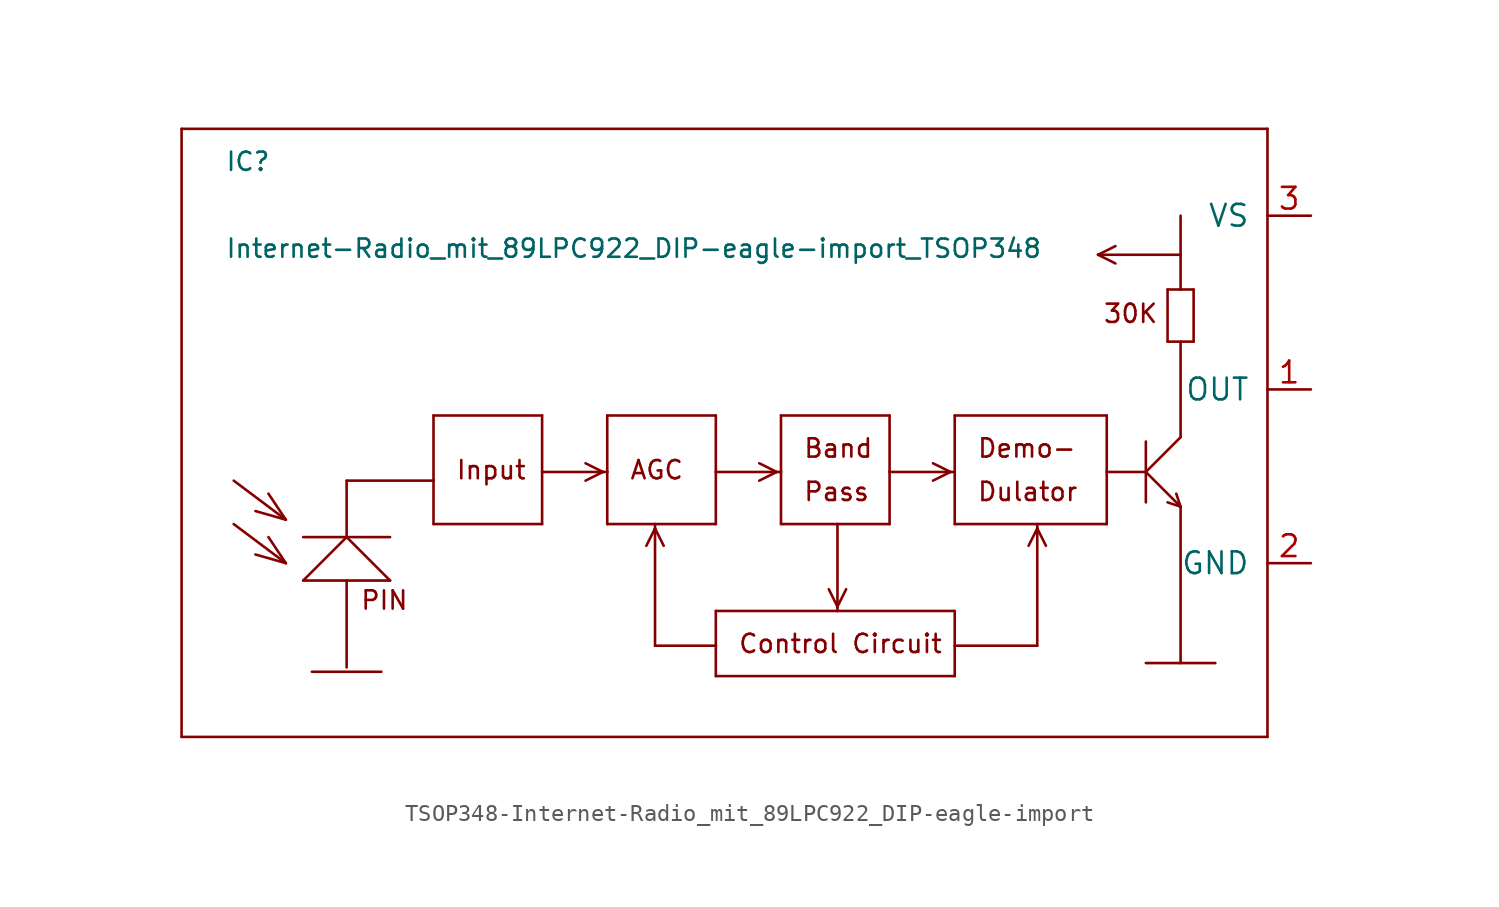
<source format=kicad_sym>
(kicad_symbol_lib
  (version 20220914)
  (generator kicad_symbol_editor)
  (symbol "TSOP348-Internet-Radio_mit_89LPC922_DIP-eagle-import"
    (pin_names
      (offset 1.016))
    (property "Reference" "IC"
      (at -35.56 17.78 0)
      (effects (font (size 1.067 1.067)) (justify left bottom)))
    (property "Value" "Internet-Radio_mit_89LPC922_DIP-eagle-import_TSOP348"
      (at -35.56 12.7 0)
      (effects (font (size 1.067 1.067)) (justify left bottom)))
    (property "ki_locked" ""
      (at 0 0 0)
      (effects (font (size 1.27 1.27))))
    (symbol "TSOP348-Internet-Radio_mit_89LPC922_DIP-eagle-import_1_0"
      (polyline (pts (xy -38.1 -15.24) (xy -38.1 20.32)) (stroke (width 0) (type solid)) (fill (type none)))
      (polyline (pts (xy -38.1 20.32) (xy 25.4 20.32)) (stroke (width 0) (type solid)) (fill (type none)))
      (polyline (pts (xy -35.052 -2.794) (xy -32.004 -5.08)) (stroke (width 0) (type solid)) (fill (type none)))
      (polyline (pts (xy -35.052 -0.254) (xy -32.004 -2.54)) (stroke (width 0) (type solid)) (fill (type none)))
      (polyline (pts (xy -32.004 -5.08) (xy -33.782 -4.572)) (stroke (width 0) (type solid)) (fill (type none)))
      (polyline (pts (xy -32.004 -5.08) (xy -33.02 -3.556)) (stroke (width 0) (type solid)) (fill (type none)))
      (polyline (pts (xy -32.004 -2.54) (xy -33.782 -2.032)) (stroke (width 0) (type solid)) (fill (type none)))
      (polyline (pts (xy -32.004 -2.54) (xy -33.02 -1.016)) (stroke (width 0) (type solid)) (fill (type none)))
      (polyline (pts (xy -30.988 -6.096) (xy -28.448 -3.556)) (stroke (width 0) (type solid)) (fill (type none)))
      (polyline (pts (xy -30.988 -6.096) (xy -25.908 -6.096)) (stroke (width 0) (type solid)) (fill (type none)))
      (polyline (pts (xy -30.988 -3.556) (xy -28.448 -3.556)) (stroke (width 0) (type solid)) (fill (type none)))
      (polyline (pts (xy -30.48 -11.43) (xy -26.416 -11.43)) (stroke (width 0) (type solid)) (fill (type none)))
      (polyline (pts (xy -28.448 -11.176) (xy -28.448 -6.096)) (stroke (width 0) (type solid)) (fill (type none)))
      (polyline (pts (xy -28.448 -3.556) (xy -28.448 -0.254)) (stroke (width 0) (type solid)) (fill (type none)))
      (polyline (pts (xy -28.448 -3.556) (xy -25.908 -3.556)) (stroke (width 0) (type solid)) (fill (type none)))
      (polyline (pts (xy -28.448 -0.254) (xy -23.368 -0.254)) (stroke (width 0) (type solid)) (fill (type none)))
      (polyline (pts (xy -25.908 -6.096) (xy -28.448 -3.556)) (stroke (width 0) (type solid)) (fill (type none)))
      (polyline (pts (xy -23.368 -2.794) (xy -17.018 -2.794)) (stroke (width 0) (type solid)) (fill (type none)))
      (polyline (pts (xy -23.368 -0.254) (xy -23.368 -2.794)) (stroke (width 0) (type solid)) (fill (type none)))
      (polyline (pts (xy -23.368 3.556) (xy -23.368 -0.254)) (stroke (width 0) (type solid)) (fill (type none)))
      (polyline (pts (xy -17.018 -2.794) (xy -17.018 0.254)) (stroke (width 0) (type solid)) (fill (type none)))
      (polyline (pts (xy -17.018 0.254) (xy -17.018 3.556)) (stroke (width 0) (type solid)) (fill (type none)))
      (polyline (pts (xy -17.018 0.254) (xy -13.462 0.254)) (stroke (width 0) (type solid)) (fill (type none)))
      (polyline (pts (xy -17.018 3.556) (xy -23.368 3.556)) (stroke (width 0) (type solid)) (fill (type none)))
      (polyline (pts (xy -13.462 0.254) (xy -14.478 -0.254)) (stroke (width 0) (type solid)) (fill (type none)))
      (polyline (pts (xy -13.462 0.254) (xy -14.478 0.762)) (stroke (width 0) (type solid)) (fill (type none)))
      (polyline (pts (xy -13.462 0.254) (xy -13.208 0.254)) (stroke (width 0) (type solid)) (fill (type none)))
      (polyline (pts (xy -13.208 -2.794) (xy -10.414 -2.794)) (stroke (width 0) (type solid)) (fill (type none)))
      (polyline (pts (xy -13.208 0.254) (xy -13.208 -2.794)) (stroke (width 0) (type solid)) (fill (type none)))
      (polyline (pts (xy -13.208 3.556) (xy -13.208 0.254)) (stroke (width 0) (type solid)) (fill (type none)))
      (polyline (pts (xy -10.414 -9.906) (xy -10.414 -3.048)) (stroke (width 0) (type solid)) (fill (type none)))
      (polyline (pts (xy -10.414 -3.048) (xy -10.922 -4.064)) (stroke (width 0) (type solid)) (fill (type none)))
      (polyline (pts (xy -10.414 -3.048) (xy -10.414 -2.794)) (stroke (width 0) (type solid)) (fill (type none)))
      (polyline (pts (xy -10.414 -3.048) (xy -9.906 -4.064)) (stroke (width 0) (type solid)) (fill (type none)))
      (polyline (pts (xy -10.414 -2.794) (xy -6.858 -2.794)) (stroke (width 0) (type solid)) (fill (type none)))
      (polyline (pts (xy -6.858 -11.684) (xy 7.112 -11.684)) (stroke (width 0) (type solid)) (fill (type none)))
      (polyline (pts (xy -6.858 -9.906) (xy -10.414 -9.906)) (stroke (width 0) (type solid)) (fill (type none)))
      (polyline (pts (xy -6.858 -9.906) (xy -6.858 -11.684)) (stroke (width 0) (type solid)) (fill (type none)))
      (polyline (pts (xy -6.858 -7.874) (xy -6.858 -9.906)) (stroke (width 0) (type solid)) (fill (type none)))
      (polyline (pts (xy -6.858 -2.794) (xy -6.858 0.254)) (stroke (width 0) (type solid)) (fill (type none)))
      (polyline (pts (xy -6.858 0.254) (xy -6.858 3.556)) (stroke (width 0) (type solid)) (fill (type none)))
      (polyline (pts (xy -6.858 0.254) (xy -3.302 0.254)) (stroke (width 0) (type solid)) (fill (type none)))
      (polyline (pts (xy -6.858 3.556) (xy -13.208 3.556)) (stroke (width 0) (type solid)) (fill (type none)))
      (polyline (pts (xy -3.302 0.254) (xy -4.318 -0.254)) (stroke (width 0) (type solid)) (fill (type none)))
      (polyline (pts (xy -3.302 0.254) (xy -4.318 0.762)) (stroke (width 0) (type solid)) (fill (type none)))
      (polyline (pts (xy -3.302 0.254) (xy -3.048 0.254)) (stroke (width 0) (type solid)) (fill (type none)))
      (polyline (pts (xy -3.048 -2.794) (xy 0.254 -2.794)) (stroke (width 0) (type solid)) (fill (type none)))
      (polyline (pts (xy -3.048 0.254) (xy -3.048 -2.794)) (stroke (width 0) (type solid)) (fill (type none)))
      (polyline (pts (xy -3.048 3.556) (xy -3.048 0.254)) (stroke (width 0) (type solid)) (fill (type none)))
      (polyline (pts (xy 0.254 -7.874) (xy -6.858 -7.874)) (stroke (width 0) (type solid)) (fill (type none)))
      (polyline (pts (xy 0.254 -7.62) (xy -0.254 -6.604)) (stroke (width 0) (type solid)) (fill (type none)))
      (polyline (pts (xy 0.254 -7.62) (xy 0.254 -7.874)) (stroke (width 0) (type solid)) (fill (type none)))
      (polyline (pts (xy 0.254 -7.62) (xy 0.762 -6.604)) (stroke (width 0) (type solid)) (fill (type none)))
      (polyline (pts (xy 0.254 -2.794) (xy 0.254 -7.62)) (stroke (width 0) (type solid)) (fill (type none)))
      (polyline (pts (xy 0.254 -2.794) (xy 3.302 -2.794)) (stroke (width 0) (type solid)) (fill (type none)))
      (polyline (pts (xy 3.302 -2.794) (xy 3.302 0.254)) (stroke (width 0) (type solid)) (fill (type none)))
      (polyline (pts (xy 3.302 0.254) (xy 3.302 3.556)) (stroke (width 0) (type solid)) (fill (type none)))
      (polyline (pts (xy 3.302 0.254) (xy 6.858 0.254)) (stroke (width 0) (type solid)) (fill (type none)))
      (polyline (pts (xy 3.302 3.556) (xy -3.048 3.556)) (stroke (width 0) (type solid)) (fill (type none)))
      (polyline (pts (xy 6.858 0.254) (xy 5.842 -0.254)) (stroke (width 0) (type solid)) (fill (type none)))
      (polyline (pts (xy 6.858 0.254) (xy 5.842 0.762)) (stroke (width 0) (type solid)) (fill (type none)))
      (polyline (pts (xy 6.858 0.254) (xy 7.112 0.254)) (stroke (width 0) (type solid)) (fill (type none)))
      (polyline (pts (xy 7.112 -11.684) (xy 7.112 -9.906)) (stroke (width 0) (type solid)) (fill (type none)))
      (polyline (pts (xy 7.112 -9.906) (xy 7.112 -7.874)) (stroke (width 0) (type solid)) (fill (type none)))
      (polyline (pts (xy 7.112 -9.906) (xy 11.938 -9.906)) (stroke (width 0) (type solid)) (fill (type none)))
      (polyline (pts (xy 7.112 -7.874) (xy 0.254 -7.874)) (stroke (width 0) (type solid)) (fill (type none)))
      (polyline (pts (xy 7.112 -2.794) (xy 11.938 -2.794)) (stroke (width 0) (type solid)) (fill (type none)))
      (polyline (pts (xy 7.112 0.254) (xy 7.112 -2.794)) (stroke (width 0) (type solid)) (fill (type none)))
      (polyline (pts (xy 7.112 3.556) (xy 7.112 0.254)) (stroke (width 0) (type solid)) (fill (type none)))
      (polyline (pts (xy 11.938 -9.906) (xy 11.938 -3.048)) (stroke (width 0) (type solid)) (fill (type none)))
      (polyline (pts (xy 11.938 -3.048) (xy 11.43 -4.064)) (stroke (width 0) (type solid)) (fill (type none)))
      (polyline (pts (xy 11.938 -3.048) (xy 11.938 -2.794)) (stroke (width 0) (type solid)) (fill (type none)))
      (polyline (pts (xy 11.938 -3.048) (xy 12.446 -4.064)) (stroke (width 0) (type solid)) (fill (type none)))
      (polyline (pts (xy 11.938 -2.794) (xy 16.002 -2.794)) (stroke (width 0) (type solid)) (fill (type none)))
      (polyline (pts (xy 15.494 12.954) (xy 16.51 12.446)) (stroke (width 0) (type solid)) (fill (type none)))
      (polyline (pts (xy 15.494 12.954) (xy 16.51 13.462)) (stroke (width 0) (type solid)) (fill (type none)))
      (polyline (pts (xy 15.494 12.954) (xy 20.32 12.954)) (stroke (width 0) (type solid)) (fill (type none)))
      (polyline (pts (xy 16.002 -2.794) (xy 16.002 0.254)) (stroke (width 0) (type solid)) (fill (type none)))
      (polyline (pts (xy 16.002 0.254) (xy 16.002 3.556)) (stroke (width 0) (type solid)) (fill (type none)))
      (polyline (pts (xy 16.002 0.254) (xy 18.288 0.254)) (stroke (width 0) (type solid)) (fill (type none)))
      (polyline (pts (xy 16.002 3.556) (xy 7.112 3.556)) (stroke (width 0) (type solid)) (fill (type none)))
      (polyline (pts (xy 18.288 -10.922) (xy 22.352 -10.922)) (stroke (width 0) (type solid)) (fill (type none)))
      (polyline (pts (xy 18.288 0.254) (xy 18.288 -1.524)) (stroke (width 0) (type solid)) (fill (type none)))
      (polyline (pts (xy 18.288 0.254) (xy 20.32 -1.778)) (stroke (width 0) (type solid)) (fill (type none)))
      (polyline (pts (xy 18.288 0.254) (xy 20.32 2.286)) (stroke (width 0) (type solid)) (fill (type none)))
      (polyline (pts (xy 18.288 2.032) (xy 18.288 0.254)) (stroke (width 0) (type solid)) (fill (type none)))
      (polyline (pts (xy 19.558 7.874) (xy 19.558 10.922)) (stroke (width 0) (type solid)) (fill (type none)))
      (polyline (pts (xy 19.558 7.874) (xy 21.082 7.874)) (stroke (width 0) (type solid)) (fill (type none)))
      (polyline (pts (xy 19.558 10.922) (xy 20.32 10.922)) (stroke (width 0) (type solid)) (fill (type none)))
      (polyline (pts (xy 20.32 -1.778) (xy 19.558 -1.524)) (stroke (width 0) (type solid)) (fill (type none)))
      (polyline (pts (xy 20.32 -1.778) (xy 20.066 -1.016)) (stroke (width 0) (type solid)) (fill (type none)))
      (polyline (pts (xy 20.32 -1.778) (xy 20.32 -10.922)) (stroke (width 0) (type solid)) (fill (type none)))
      (polyline (pts (xy 20.32 2.286) (xy 20.32 7.874)) (stroke (width 0) (type solid)) (fill (type none)))
      (polyline (pts (xy 20.32 10.922) (xy 20.32 12.954)) (stroke (width 0) (type solid)) (fill (type none)))
      (polyline (pts (xy 20.32 10.922) (xy 21.082 10.922)) (stroke (width 0) (type solid)) (fill (type none)))
      (polyline (pts (xy 20.32 12.954) (xy 20.32 15.24)) (stroke (width 0) (type solid)) (fill (type none)))
      (polyline (pts (xy 21.082 7.874) (xy 21.082 10.922)) (stroke (width 0) (type solid)) (fill (type none)))
      (polyline (pts (xy 25.4 -15.24) (xy -38.1 -15.24)) (stroke (width 0) (type solid)) (fill (type none)))
      (polyline (pts (xy 25.4 20.32) (xy 25.4 -15.24)) (stroke (width 0) (type solid)) (fill (type none)))
      (text "30K" (at 15.748 8.89 0) (effects (font (size 1.067 1.067)) (justify left bottom)))
      (text "AGC" (at -11.938 -0.254 0) (effects (font (size 1.067 1.067)) (justify left bottom)))
      (text "Band" (at -1.778 1.016 0) (effects (font (size 1.067 1.067)) (justify left bottom)))
      (text "Control Circuit" (at -5.588 -10.414 0) (effects (font (size 1.067 1.067)) (justify left bottom)))
      (text "Demo-" (at 8.382 1.016 0) (effects (font (size 1.067 1.067)) (justify left bottom)))
      (text "Dulator" (at 8.382 -1.524 0) (effects (font (size 1.067 1.067)) (justify left bottom)))
      (text "Input" (at -22.098 -0.254 0) (effects (font (size 1.067 1.067)) (justify left bottom)))
      (text "Pass" (at -1.778 -1.524 0) (effects (font (size 1.067 1.067)) (justify left bottom)))
      (text "PIN" (at -27.686 -7.874 0) (effects (font (size 1.067 1.067)) (justify left bottom)))
      (pin output line (at 27.94 5.08 180) (length 2.54) (name "OUT" (effects (font (size 1.27 1.27)))) (number "1" (effects (font (size 1.27 1.27)))))
      (pin power_in line (at 27.94 -5.08 180) (length 2.54) (name "GND" (effects (font (size 1.27 1.27)))) (number "2" (effects (font (size 1.27 1.27)))))
      (pin power_in line (at 27.94 15.24 180) (length 2.54) (name "VS" (effects (font (size 1.27 1.27)))) (number "3" (effects (font (size 1.27 1.27))))))))
</source>
